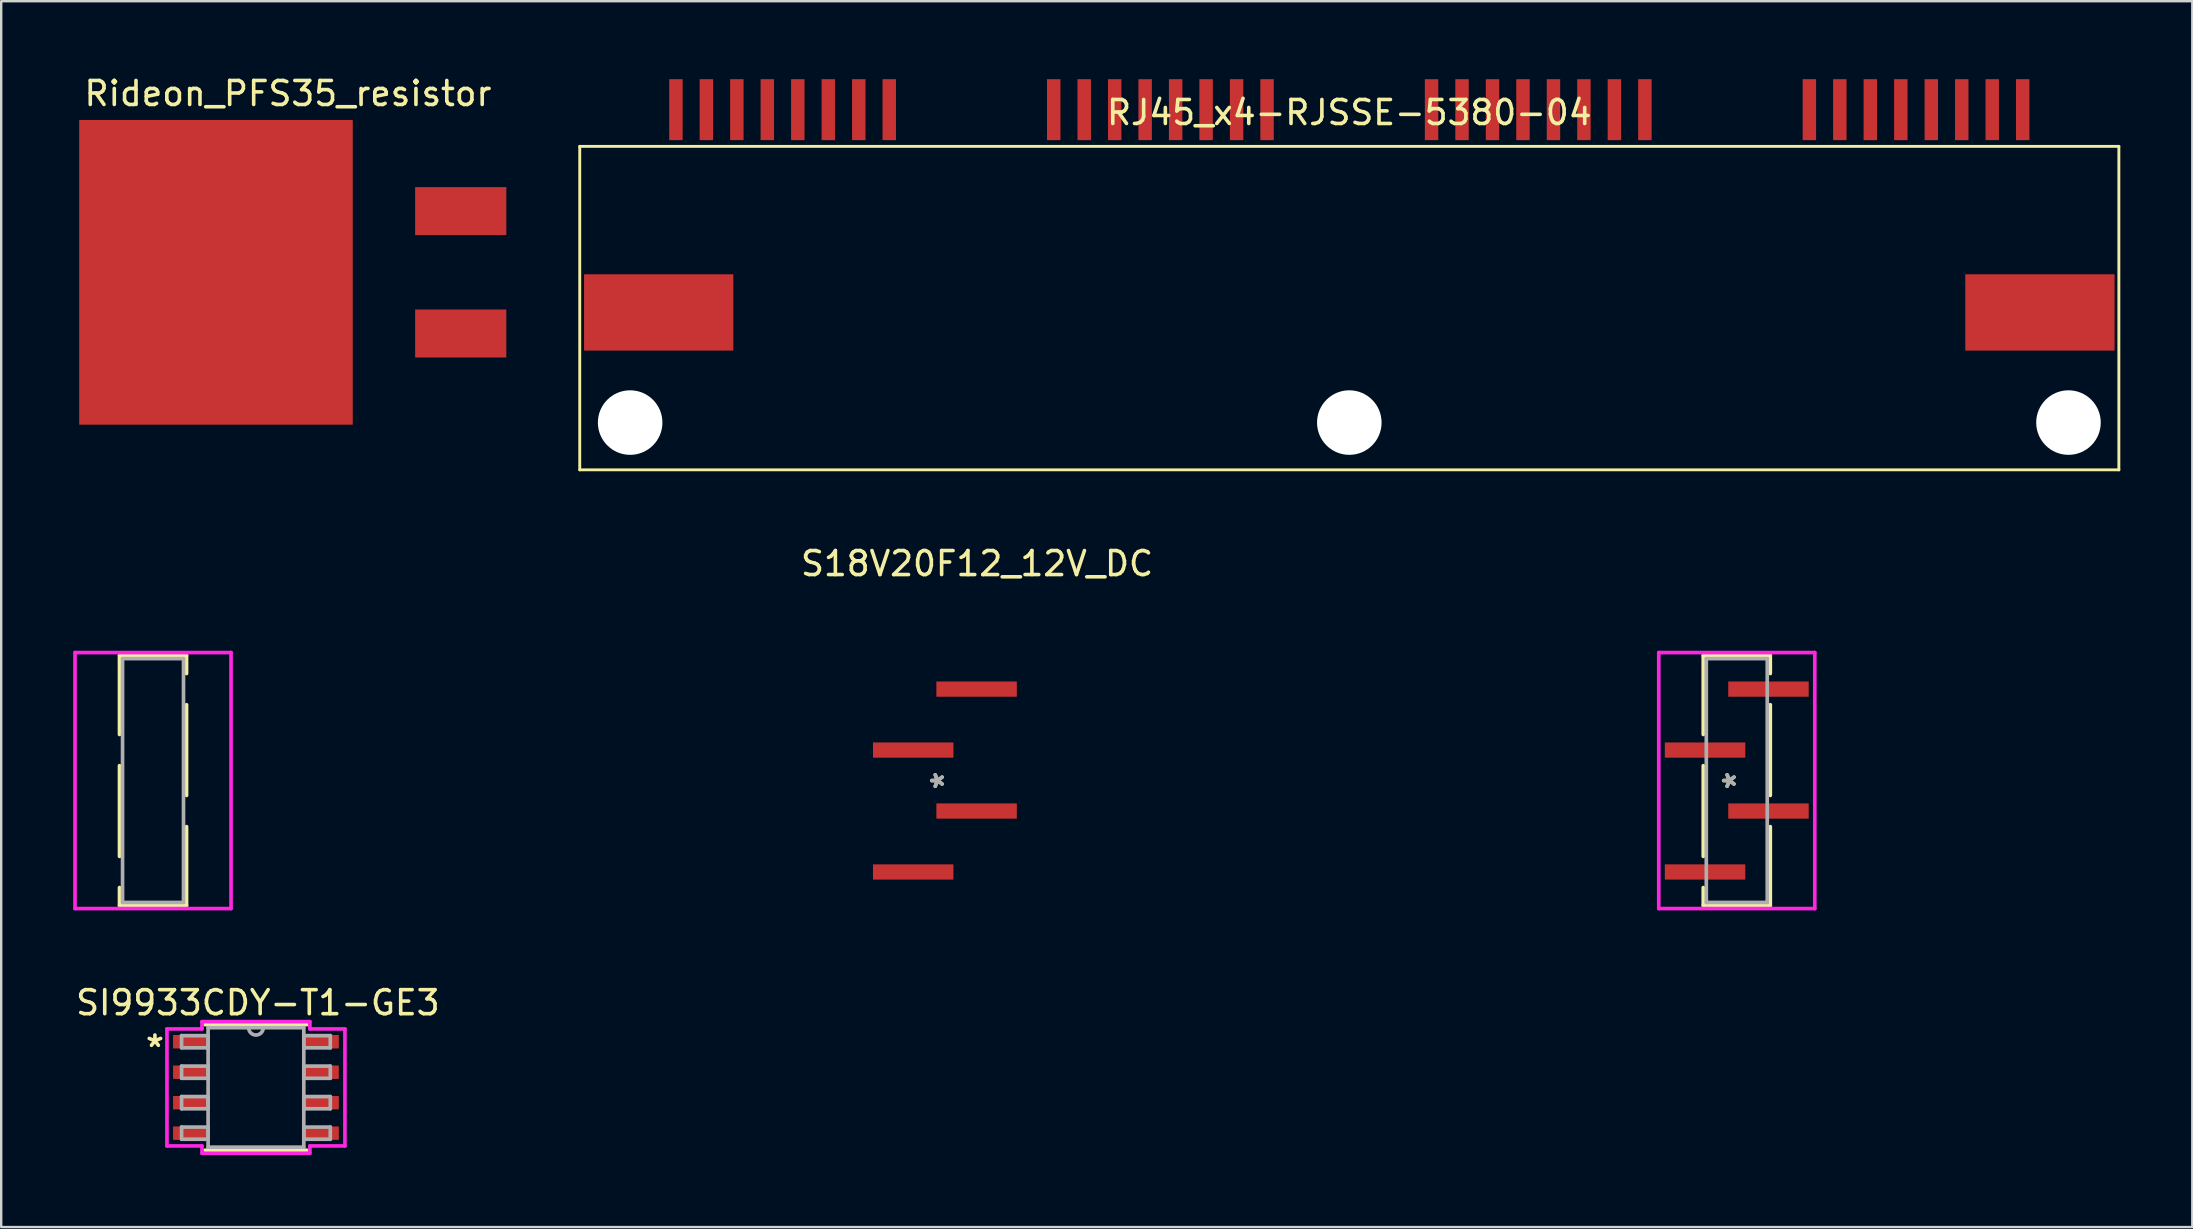
<source format=kicad_pcb>
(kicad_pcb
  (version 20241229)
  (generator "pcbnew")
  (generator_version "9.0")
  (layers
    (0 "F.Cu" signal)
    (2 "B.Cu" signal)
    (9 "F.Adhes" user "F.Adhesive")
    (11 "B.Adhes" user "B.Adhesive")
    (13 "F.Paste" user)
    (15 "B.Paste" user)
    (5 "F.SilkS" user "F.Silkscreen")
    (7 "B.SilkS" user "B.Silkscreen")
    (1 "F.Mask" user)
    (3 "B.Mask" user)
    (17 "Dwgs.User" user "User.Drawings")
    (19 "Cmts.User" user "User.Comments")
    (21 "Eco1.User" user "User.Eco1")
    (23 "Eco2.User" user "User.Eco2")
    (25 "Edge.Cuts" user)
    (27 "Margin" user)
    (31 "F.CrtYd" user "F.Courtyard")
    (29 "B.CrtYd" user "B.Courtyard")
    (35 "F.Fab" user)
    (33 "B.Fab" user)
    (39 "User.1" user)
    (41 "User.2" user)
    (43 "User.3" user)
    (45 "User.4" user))
  (footprint "S18V20F12_12V_DC"
    (layer "F.Cu")
    (at 32.967 24.038)
    (property "Reference" "S18V20F12_12V_DC" (at 4.7 -3.6 0) (layer "F.SilkS") (effects (font (size 1 1) (thickness 0.15))))
    (attr through_hole)
    (fp_line (start -31.037 0.233) (end -31.037 3.52) (stroke (width 0.152) (type solid)) (layer "F.SilkS"))
    (fp_line (start -31.037 4.82) (end -31.037 8.6) (stroke (width 0.152) (type solid)) (layer "F.SilkS"))
    (fp_line (start -31.037 9.9) (end -31.037 10.647) (stroke (width 0.152) (type solid)) (layer "F.SilkS"))
    (fp_line (start -31.037 10.647) (end -28.243 10.647) (stroke (width 0.152) (type solid)) (layer "F.SilkS"))
    (fp_line (start -28.243 0.233) (end -31.037 0.233) (stroke (width 0.152) (type solid)) (layer "F.SilkS"))
    (fp_line (start -28.243 0.98) (end -28.243 0.233) (stroke (width 0.152) (type solid)) (layer "F.SilkS"))
    (fp_line (start -28.243 6.06) (end -28.243 2.28) (stroke (width 0.152) (type solid)) (layer "F.SilkS"))
    (fp_line (start -28.243 10.647) (end -28.243 7.36) (stroke (width 0.152) (type solid)) (layer "F.SilkS"))
    (fp_line (start 34.963 0.233) (end 34.963 3.52) (stroke (width 0.152) (type solid)) (layer "F.SilkS"))
    (fp_line (start 34.963 4.82) (end 34.963 8.6) (stroke (width 0.152) (type solid)) (layer "F.SilkS"))
    (fp_line (start 34.963 9.9) (end 34.963 10.647) (stroke (width 0.152) (type solid)) (layer "F.SilkS"))
    (fp_line (start 34.963 10.647) (end 37.757 10.647) (stroke (width 0.152) (type solid)) (layer "F.SilkS"))
    (fp_line (start 37.757 0.233) (end 34.963 0.233) (stroke (width 0.152) (type solid)) (layer "F.SilkS"))
    (fp_line (start 37.757 0.98) (end 37.757 0.233) (stroke (width 0.152) (type solid)) (layer "F.SilkS"))
    (fp_line (start 37.757 6.06) (end 37.757 2.28) (stroke (width 0.152) (type solid)) (layer "F.SilkS"))
    (fp_line (start 37.757 10.647) (end 37.757 7.36) (stroke (width 0.152) (type solid)) (layer "F.SilkS"))
    (fp_line (start -32.891 0.106) (end -32.891 10.774) (stroke (width 0.152) (type solid)) (layer "F.CrtYd"))
    (fp_line (start -32.891 10.774) (end -26.389 10.774) (stroke (width 0.152) (type solid)) (layer "F.CrtYd"))
    (fp_line (start -26.389 0.106) (end -32.891 0.106) (stroke (width 0.152) (type solid)) (layer "F.CrtYd"))
    (fp_line (start -26.389 10.774) (end -26.389 0.106) (stroke (width 0.152) (type solid)) (layer "F.CrtYd"))
    (fp_line (start 33.109 0.106) (end 33.109 10.774) (stroke (width 0.152) (type solid)) (layer "F.CrtYd"))
    (fp_line (start 33.109 10.774) (end 39.611 10.774) (stroke (width 0.152) (type solid)) (layer "F.CrtYd"))
    (fp_line (start 39.611 0.106) (end 33.109 0.106) (stroke (width 0.152) (type solid)) (layer "F.CrtYd"))
    (fp_line (start 39.611 10.774) (end 39.611 0.106) (stroke (width 0.152) (type solid)) (layer "F.CrtYd"))
    (fp_line (start -30.91 0.36) (end -30.91 10.52) (stroke (width 0.152) (type solid)) (layer "F.Fab"))
    (fp_line (start -30.91 10.52) (end -28.37 10.52) (stroke (width 0.152) (type solid)) (layer "F.Fab"))
    (fp_line (start -28.37 0.36) (end -30.91 0.36) (stroke (width 0.152) (type solid)) (layer "F.Fab"))
    (fp_line (start -28.37 10.52) (end -28.37 0.36) (stroke (width 0.152) (type solid)) (layer "F.Fab"))
    (fp_line (start 35.09 0.36) (end 35.09 10.52) (stroke (width 0.152) (type solid)) (layer "F.Fab"))
    (fp_line (start 35.09 10.52) (end 37.63 10.52) (stroke (width 0.152) (type solid)) (layer "F.Fab"))
    (fp_line (start 37.63 0.36) (end 35.09 0.36) (stroke (width 0.152) (type solid)) (layer "F.Fab"))
    (fp_line (start 37.63 10.52) (end 37.63 0.36) (stroke (width 0.152) (type solid)) (layer "F.Fab"))
    (fp_text user "*" (at 3.36 5.44 270) (layer "F.SilkS") (effects (font (size 1 1) (thickness 0.15))))
    (fp_text user "*" (at 36.36 5.44 270) (layer "F.SilkS") (effects (font (size 1 1) (thickness 0.15))))
    (fp_text user "*" (at 3.36 5.44 270) (layer "F.Fab") (effects (font (size 1 1) (thickness 0.15))))
    (fp_text user "*" (at 36.36 5.44 270) (layer "F.Fab") (effects (font (size 1 1) (thickness 0.15))))
    (pad "1" smd rect (at 4.681 1.63 270) (size 0.635 3.353) (layers "F.Cu" "F.Mask" "F.Paste"))
    (pad "2" smd rect (at 2.039 4.17 270) (size 0.635 3.353) (layers "F.Cu" "F.Mask" "F.Paste"))
    (pad "3" smd rect (at 4.681 6.71 270) (size 0.635 3.353) (layers "F.Cu" "F.Mask" "F.Paste"))
    (pad "4" smd rect (at 2.039 9.25 270) (size 0.635 3.353) (layers "F.Cu" "F.Mask" "F.Paste"))
    (pad "5" smd rect (at 35.039 9.25 270) (size 0.635 3.353) (layers "F.Cu" "F.Mask" "F.Paste"))
    (pad "6" smd rect (at 37.681 6.71 270) (size 0.635 3.353) (layers "F.Cu" "F.Mask" "F.Paste"))
    (pad "7" smd rect (at 35.039 4.17 270) (size 0.635 3.353) (layers "F.Cu" "F.Mask" "F.Paste"))
    (pad "8" smd rect (at 37.681 1.63 270) (size 0.635 3.353) (layers "F.Cu" "F.Mask" "F.Paste")))
  (footprint "RJ45_x4-RJSSE-5380-04"
    (layer "F.Cu")
    (at 53.18 0.25)
    (property "Reference" "RJ45_x4-RJSSE-5380-04" (at 0 1.39 0) (layer "F.SilkS") (effects (font (size 1 1) (thickness 0.15))))
    (attr smd)
    (fp_line (start -32.07 2.8) (end -32.07 16.28) (stroke (width 0.12) (type solid)) (layer "F.SilkS"))
    (fp_line (start 32.07 2.8) (end -32.07 2.8) (stroke (width 0.12) (type solid)) (layer "F.SilkS"))
    (fp_line (start 32.07 2.8) (end 32.07 16.28) (stroke (width 0.12) (type solid)) (layer "F.SilkS"))
    (fp_line (start 32.07 16.28) (end -32.07 16.28) (stroke (width 0.12) (type solid)) (layer "F.SilkS"))
    (pad "" np_thru_hole circle (at -29.97 14.31) (size 2.69 2.69) (drill 2.69) (layers "*.Cu" "*.Mask"))
    (pad "" np_thru_hole circle (at 0 14.31) (size 2.69 2.69) (drill 2.69) (layers "*.Cu" "*.Mask"))
    (pad "" np_thru_hole circle (at 29.97 14.31) (size 2.69 2.69) (drill 2.69) (layers "*.Cu" "*.Mask"))
    (pad "1" smd rect (at 28.062 1.27) (size 0.56 2.54) (layers "F.Cu" "F.Mask" "F.Paste"))
    (pad "2" smd rect (at 26.793 1.27) (size 0.56 2.54) (layers "F.Cu" "F.Mask" "F.Paste"))
    (pad "3" smd rect (at 25.523 1.27) (size 0.56 2.54) (layers "F.Cu" "F.Mask" "F.Paste"))
    (pad "4" smd rect (at 24.253 1.27) (size 0.56 2.54) (layers "F.Cu" "F.Mask" "F.Paste"))
    (pad "5" smd rect (at 22.983 1.27) (size 0.56 2.54) (layers "F.Cu" "F.Mask" "F.Paste"))
    (pad "6" smd rect (at 21.712 1.27) (size 0.56 2.54) (layers "F.Cu" "F.Mask" "F.Paste"))
    (pad "7" smd rect (at 20.442 1.27) (size 0.56 2.54) (layers "F.Cu" "F.Mask" "F.Paste"))
    (pad "8" smd rect (at 19.172 1.27) (size 0.56 2.54) (layers "F.Cu" "F.Mask" "F.Paste"))
    (pad "9" smd rect (at 12.318 1.27) (size 0.56 2.54) (layers "F.Cu" "F.Mask" "F.Paste"))
    (pad "10" smd rect (at 11.047 1.27) (size 0.56 2.54) (layers "F.Cu" "F.Mask" "F.Paste"))
    (pad "11" smd rect (at 9.777 1.27) (size 0.56 2.54) (layers "F.Cu" "F.Mask" "F.Paste"))
    (pad "12" smd rect (at 8.508 1.27) (size 0.56 2.54) (layers "F.Cu" "F.Mask" "F.Paste"))
    (pad "13" smd rect (at 7.237 1.27) (size 0.56 2.54) (layers "F.Cu" "F.Mask" "F.Paste"))
    (pad "14" smd rect (at 5.968 1.27) (size 0.56 2.54) (layers "F.Cu" "F.Mask" "F.Paste"))
    (pad "15" smd rect (at 4.697 1.27) (size 0.56 2.54) (layers "F.Cu" "F.Mask" "F.Paste"))
    (pad "16" smd rect (at 3.428 1.27) (size 0.56 2.54) (layers "F.Cu" "F.Mask" "F.Paste"))
    (pad "17" smd rect (at -3.428 1.27) (size 0.56 2.54) (layers "F.Cu" "F.Mask" "F.Paste"))
    (pad "18" smd rect (at -4.697 1.27) (size 0.56 2.54) (layers "F.Cu" "F.Mask" "F.Paste"))
    (pad "19" smd rect (at -5.968 1.27) (size 0.56 2.54) (layers "F.Cu" "F.Mask" "F.Paste"))
    (pad "20" smd rect (at -7.237 1.27) (size 0.56 2.54) (layers "F.Cu" "F.Mask" "F.Paste"))
    (pad "21" smd rect (at -8.508 1.27) (size 0.56 2.54) (layers "F.Cu" "F.Mask" "F.Paste"))
    (pad "22" smd rect (at -9.777 1.27) (size 0.56 2.54) (layers "F.Cu" "F.Mask" "F.Paste"))
    (pad "23" smd rect (at -11.047 1.27) (size 0.56 2.54) (layers "F.Cu" "F.Mask" "F.Paste"))
    (pad "24" smd rect (at -12.318 1.27) (size 0.56 2.54) (layers "F.Cu" "F.Mask" "F.Paste"))
    (pad "25" smd rect (at -19.172 1.27) (size 0.56 2.54) (layers "F.Cu" "F.Mask" "F.Paste"))
    (pad "26" smd rect (at -20.442 1.27) (size 0.56 2.54) (layers "F.Cu" "F.Mask" "F.Paste"))
    (pad "27" smd rect (at -21.712 1.27) (size 0.56 2.54) (layers "F.Cu" "F.Mask" "F.Paste"))
    (pad "28" smd rect (at -22.983 1.27) (size 0.56 2.54) (layers "F.Cu" "F.Mask" "F.Paste"))
    (pad "29" smd rect (at -24.253 1.27) (size 0.56 2.54) (layers "F.Cu" "F.Mask" "F.Paste"))
    (pad "30" smd rect (at -25.523 1.27) (size 0.56 2.54) (layers "F.Cu" "F.Mask" "F.Paste"))
    (pad "31" smd rect (at -26.793 1.27) (size 0.56 2.54) (layers "F.Cu" "F.Mask" "F.Paste"))
    (pad "32" smd rect (at -28.062 1.27) (size 0.56 2.54) (layers "F.Cu" "F.Mask" "F.Paste"))
    (pad "SH" smd rect (at -28.78 9.72) (size 6.22 3.18) (layers "F.Cu" "F.Mask" "F.Paste"))
    (pad "SH" smd rect (at 28.78 9.72) (size 6.22 3.18) (layers "F.Cu" "F.Mask" "F.Paste")))
  (footprint "Rideon_PFS35_resistor"
    (layer "F.Cu")
    (at 0.25 8.298)
    (property "Reference" "Rideon_PFS35_resistor" (at 8.7 -7.45 0) (layer "F.SilkS") (effects (font (size 1 1) (thickness 0.15))))
    (attr through_hole)
    (pad "1" smd rect (at 15.9 2.55) (size 3.8 2) (layers "F.Cu" "F.Mask" "F.Paste"))
    (pad "2" smd rect (at 5.7 0) (size 11.4 12.7) (layers "F.Cu" "F.Mask" "F.Paste"))
    (pad "2" smd rect (at 15.9 -2.55) (size 3.8 2) (layers "F.Cu" "F.Mask" "F.Paste")))
  (footprint "SI9933CDY-T1-GE3"
    (layer "F.Cu")
    (at 7.616 42.267)
    (property "Reference" "SI9933CDY-T1-GE3" (at 0.08 -3.53 0) (layer "F.SilkS") (effects (font (size 1 1) (thickness 0.15))))
    (attr through_hole)
    (fp_line (start -2.121 2.616) (end 2.121 2.616) (stroke (width 0.152) (type solid)) (layer "F.SilkS"))
    (fp_line (start 2.121 -2.616) (end -2.121 -2.616) (stroke (width 0.152) (type solid)) (layer "F.SilkS"))
    (fp_line (start -3.708 -2.438) (end -2.248 -2.438) (stroke (width 0.152) (type solid)) (layer "F.CrtYd"))
    (fp_line (start -3.708 2.438) (end -3.708 -2.438) (stroke (width 0.152) (type solid)) (layer "F.CrtYd"))
    (fp_line (start -2.248 -2.743) (end 2.248 -2.743) (stroke (width 0.152) (type solid)) (layer "F.CrtYd"))
    (fp_line (start -2.248 -2.438) (end -2.248 -2.743) (stroke (width 0.152) (type solid)) (layer "F.CrtYd"))
    (fp_line (start -2.248 2.438) (end -3.708 2.438) (stroke (width 0.152) (type solid)) (layer "F.CrtYd"))
    (fp_line (start -2.248 2.743) (end -2.248 2.438) (stroke (width 0.152) (type solid)) (layer "F.CrtYd"))
    (fp_line (start 2.248 -2.743) (end 2.248 -2.438) (stroke (width 0.152) (type solid)) (layer "F.CrtYd"))
    (fp_line (start 2.248 -2.438) (end 3.708 -2.438) (stroke (width 0.152) (type solid)) (layer "F.CrtYd"))
    (fp_line (start 2.248 2.438) (end 2.248 2.743) (stroke (width 0.152) (type solid)) (layer "F.CrtYd"))
    (fp_line (start 2.248 2.743) (end -2.248 2.743) (stroke (width 0.152) (type solid)) (layer "F.CrtYd"))
    (fp_line (start 3.708 -2.438) (end 3.708 2.438) (stroke (width 0.152) (type solid)) (layer "F.CrtYd"))
    (fp_line (start 3.708 2.438) (end 2.248 2.438) (stroke (width 0.152) (type solid)) (layer "F.CrtYd"))
    (fp_line (start -3.099 -2.159) (end -3.099 -1.651) (stroke (width 0.152) (type solid)) (layer "F.Fab"))
    (fp_line (start -3.099 -1.651) (end -1.994 -1.651) (stroke (width 0.152) (type solid)) (layer "F.Fab"))
    (fp_line (start -3.099 -0.889) (end -3.099 -0.381) (stroke (width 0.152) (type solid)) (layer "F.Fab"))
    (fp_line (start -3.099 -0.381) (end -1.994 -0.381) (stroke (width 0.152) (type solid)) (layer "F.Fab"))
    (fp_line (start -3.099 0.381) (end -3.099 0.889) (stroke (width 0.152) (type solid)) (layer "F.Fab"))
    (fp_line (start -3.099 0.889) (end -1.994 0.889) (stroke (width 0.152) (type solid)) (layer "F.Fab"))
    (fp_line (start -3.099 1.651) (end -3.099 2.159) (stroke (width 0.152) (type solid)) (layer "F.Fab"))
    (fp_line (start -3.099 2.159) (end -1.994 2.159) (stroke (width 0.152) (type solid)) (layer "F.Fab"))
    (fp_line (start -1.994 -2.489) (end -1.994 2.489) (stroke (width 0.152) (type solid)) (layer "F.Fab"))
    (fp_line (start -1.994 -2.159) (end -3.099 -2.159) (stroke (width 0.152) (type solid)) (layer "F.Fab"))
    (fp_line (start -1.994 -1.651) (end -1.994 -2.159) (stroke (width 0.152) (type solid)) (layer "F.Fab"))
    (fp_line (start -1.994 -0.889) (end -3.099 -0.889) (stroke (width 0.152) (type solid)) (layer "F.Fab"))
    (fp_line (start -1.994 -0.381) (end -1.994 -0.889) (stroke (width 0.152) (type solid)) (layer "F.Fab"))
    (fp_line (start -1.994 0.381) (end -3.099 0.381) (stroke (width 0.152) (type solid)) (layer "F.Fab"))
    (fp_line (start -1.994 0.889) (end -1.994 0.381) (stroke (width 0.152) (type solid)) (layer "F.Fab"))
    (fp_line (start -1.994 1.651) (end -3.099 1.651) (stroke (width 0.152) (type solid)) (layer "F.Fab"))
    (fp_line (start -1.994 2.159) (end -1.994 1.651) (stroke (width 0.152) (type solid)) (layer "F.Fab"))
    (fp_line (start -1.994 2.489) (end 1.994 2.489) (stroke (width 0.152) (type solid)) (layer "F.Fab"))
    (fp_line (start 1.994 -2.489) (end -1.994 -2.489) (stroke (width 0.152) (type solid)) (layer "F.Fab"))
    (fp_line (start 1.994 -2.159) (end 1.994 -1.651) (stroke (width 0.152) (type solid)) (layer "F.Fab"))
    (fp_line (start 1.994 -1.651) (end 3.099 -1.651) (stroke (width 0.152) (type solid)) (layer "F.Fab"))
    (fp_line (start 1.994 -0.889) (end 1.994 -0.381) (stroke (width 0.152) (type solid)) (layer "F.Fab"))
    (fp_line (start 1.994 -0.381) (end 3.099 -0.381) (stroke (width 0.152) (type solid)) (layer "F.Fab"))
    (fp_line (start 1.994 0.381) (end 1.994 0.889) (stroke (width 0.152) (type solid)) (layer "F.Fab"))
    (fp_line (start 1.994 0.889) (end 3.099 0.889) (stroke (width 0.152) (type solid)) (layer "F.Fab"))
    (fp_line (start 1.994 1.651) (end 1.994 2.159) (stroke (width 0.152) (type solid)) (layer "F.Fab"))
    (fp_line (start 1.994 2.159) (end 3.099 2.159) (stroke (width 0.152) (type solid)) (layer "F.Fab"))
    (fp_line (start 1.994 2.489) (end 1.994 -2.489) (stroke (width 0.152) (type solid)) (layer "F.Fab"))
    (fp_line (start 3.099 -2.159) (end 1.994 -2.159) (stroke (width 0.152) (type solid)) (layer "F.Fab"))
    (fp_line (start 3.099 -1.651) (end 3.099 -2.159) (stroke (width 0.152) (type solid)) (layer "F.Fab"))
    (fp_line (start 3.099 -0.889) (end 1.994 -0.889) (stroke (width 0.152) (type solid)) (layer "F.Fab"))
    (fp_line (start 3.099 -0.381) (end 3.099 -0.889) (stroke (width 0.152) (type solid)) (layer "F.Fab"))
    (fp_line (start 3.099 0.381) (end 1.994 0.381) (stroke (width 0.152) (type solid)) (layer "F.Fab"))
    (fp_line (start 3.099 0.889) (end 3.099 0.381) (stroke (width 0.152) (type solid)) (layer "F.Fab"))
    (fp_line (start 3.099 1.651) (end 1.994 1.651) (stroke (width 0.152) (type solid)) (layer "F.Fab"))
    (fp_line (start 3.099 2.159) (end 3.099 1.651) (stroke (width 0.152) (type solid)) (layer "F.Fab"))
    (fp_arc (start 0.3048 -2.4892) (mid 0 -2.1844) (end -0.3048 -2.4892) (stroke (width 0.1524) (type solid)) (layer "F.Fab"))
    (fp_text user "*" (at -4.21 -1.64 0) (layer "F.SilkS") (effects (font (size 1 1) (thickness 0.15))))
    (pad "1" smd rect (at -2.724 -1.905) (size 1.46 0.559) (layers "F.Cu" "F.Mask" "F.Paste"))
    (pad "2" smd rect (at -2.724 -0.635) (size 1.46 0.559) (layers "F.Cu" "F.Mask" "F.Paste"))
    (pad "3" smd rect (at -2.724 0.635) (size 1.46 0.559) (layers "F.Cu" "F.Mask" "F.Paste"))
    (pad "4" smd rect (at -2.724 1.905) (size 1.46 0.559) (layers "F.Cu" "F.Mask" "F.Paste"))
    (pad "5" smd rect (at 2.724 1.905) (size 1.46 0.559) (layers "F.Cu" "F.Mask" "F.Paste"))
    (pad "6" smd rect (at 2.724 0.635) (size 1.46 0.559) (layers "F.Cu" "F.Mask" "F.Paste"))
    (pad "7" smd rect (at 2.724 -0.635) (size 1.46 0.559) (layers "F.Cu" "F.Mask" "F.Paste"))
    (pad "8" smd rect (at 2.724 -1.905) (size 1.46 0.559) (layers "F.Cu" "F.Mask" "F.Paste")))
  (gr_rect
    (start -3 -3)
    (end 88.31 48.086)
    (stroke (width 0.1) (type default))
    (fill no)
    (layer "Edge.Cuts")))
</source>
